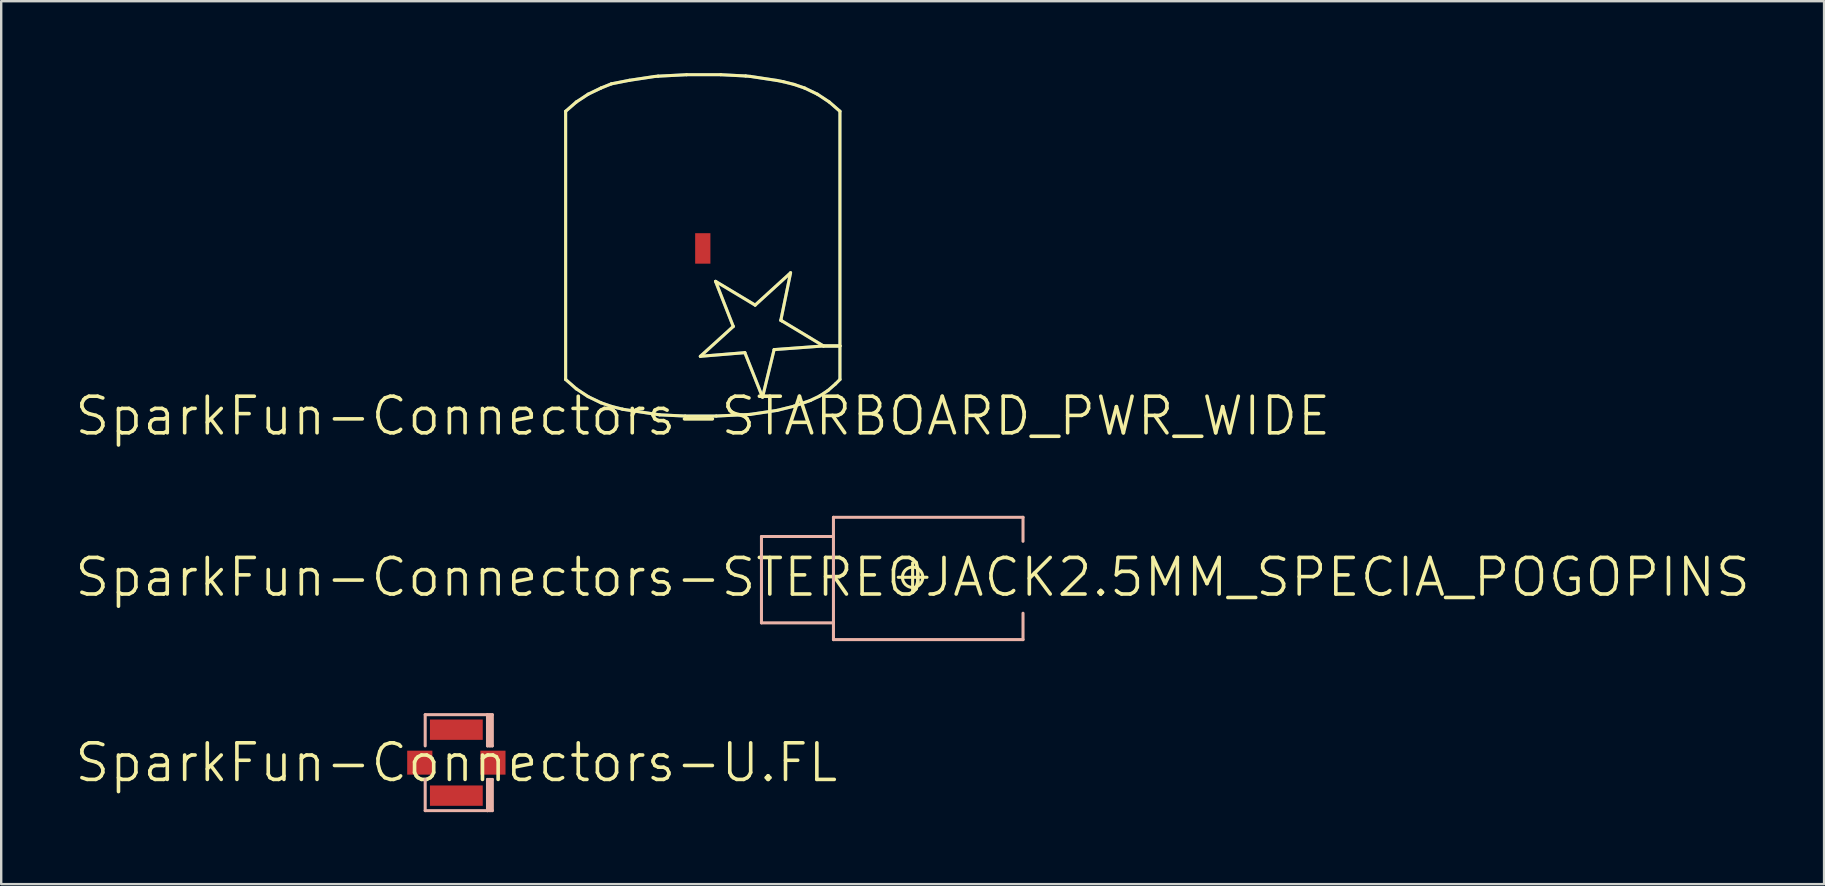
<source format=kicad_pcb>
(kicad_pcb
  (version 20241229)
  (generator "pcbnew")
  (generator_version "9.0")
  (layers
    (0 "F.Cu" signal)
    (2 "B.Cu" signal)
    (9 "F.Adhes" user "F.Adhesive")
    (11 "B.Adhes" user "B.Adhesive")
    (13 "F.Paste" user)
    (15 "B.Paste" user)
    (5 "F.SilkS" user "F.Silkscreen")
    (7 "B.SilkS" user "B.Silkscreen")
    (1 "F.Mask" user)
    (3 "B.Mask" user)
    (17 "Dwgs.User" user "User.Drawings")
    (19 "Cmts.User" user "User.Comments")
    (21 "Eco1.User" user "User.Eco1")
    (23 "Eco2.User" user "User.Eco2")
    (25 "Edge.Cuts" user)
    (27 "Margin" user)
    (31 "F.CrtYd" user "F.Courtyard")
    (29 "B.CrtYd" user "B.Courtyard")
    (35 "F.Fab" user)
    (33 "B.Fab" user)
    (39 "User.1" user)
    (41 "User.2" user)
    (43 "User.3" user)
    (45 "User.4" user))
  (footprint "SparkFun-Connectors-STARBOARD_PWR_WIDE"
    (layer "F.Cu")
    (at 26.235 14.287)
    (property "Reference" "SparkFun-Connectors-STARBOARD_PWR_WIDE" (at 0 0 0) (layer "F.SilkS") (effects (font (size 1.524 1.524) (thickness 0.15))))
    (attr smd)
    (fp_line (start -5.715 -12.7) (end -5.271 -13.086) (stroke (width 0.127) (type solid)) (layer "B.Cu"))
    (fp_line (start -5.715 -1.524) (end -5.715 -12.7) (stroke (width 0.127) (type solid)) (layer "B.Cu"))
    (fp_line (start -5.271 -13.086) (end -4.778 -13.411) (stroke (width 0.127) (type solid)) (layer "B.Cu"))
    (fp_line (start -5.271 -1.135) (end -5.715 -1.524) (stroke (width 0.127) (type solid)) (layer "B.Cu"))
    (fp_line (start -4.778 -13.411) (end -4.244 -13.668) (stroke (width 0.127) (type solid)) (layer "B.Cu"))
    (fp_line (start -4.778 -0.81) (end -5.271 -1.135) (stroke (width 0.127) (type solid)) (layer "B.Cu"))
    (fp_line (start -4.244 -13.668) (end -3.81 -13.843) (stroke (width 0.127) (type solid)) (layer "B.Cu"))
    (fp_line (start -4.244 -0.554) (end -4.778 -0.81) (stroke (width 0.127) (type solid)) (layer "B.Cu"))
    (fp_line (start -3.81 -13.843) (end -3.063 -13.99) (stroke (width 0.127) (type solid)) (layer "B.Cu"))
    (fp_line (start -3.802 -0.401) (end -4.244 -0.554) (stroke (width 0.127) (type solid)) (layer "B.Cu"))
    (fp_line (start -3.348 -0.287) (end -3.802 -0.401) (stroke (width 0.127) (type solid)) (layer "B.Cu"))
    (fp_line (start -3.266 -0.272) (end -3.348 -0.287) (stroke (width 0.127) (type solid)) (layer "B.Cu"))
    (fp_line (start -3.063 -13.99) (end -2.004 -14.15) (stroke (width 0.127) (type solid)) (layer "B.Cu"))
    (fp_line (start -2.004 -14.15) (end -1.862 -14.163) (stroke (width 0.127) (type solid)) (layer "B.Cu"))
    (fp_line (start -1.862 -14.163) (end -0.673 -14.224) (stroke (width 0.127) (type solid)) (layer "B.Cu"))
    (fp_line (start -1.801 -0.051) (end -3.266 -0.272) (stroke (width 0.127) (type solid)) (layer "B.Cu"))
    (fp_line (start -0.734 0) (end -1.801 -0.051) (stroke (width 0.127) (type solid)) (layer "B.Cu"))
    (fp_line (start -0.673 -14.224) (end 0.749 -14.224) (stroke (width 0.127) (type solid)) (layer "B.Cu"))
    (fp_line (start -0.102 -2.489) (end 1.753 -2.642) (stroke (width 0.127) (type solid)) (layer "B.Cu"))
    (fp_line (start 0.533 -5.613) (end 1.27 -3.734) (stroke (width 0.127) (type solid)) (layer "B.Cu"))
    (fp_line (start 0.561 0) (end -0.734 0) (stroke (width 0.127) (type solid)) (layer "B.Cu"))
    (fp_line (start 0.749 -14.224) (end 1.786 -14.171) (stroke (width 0.127) (type solid)) (layer "B.Cu"))
    (fp_line (start 1.27 -3.734) (end -0.102 -2.489) (stroke (width 0.127) (type solid)) (layer "B.Cu"))
    (fp_line (start 1.753 -2.642) (end 2.489 -0.787) (stroke (width 0.127) (type solid)) (layer "B.Cu"))
    (fp_line (start 1.786 -14.171) (end 1.981 -14.153) (stroke (width 0.127) (type solid)) (layer "B.Cu"))
    (fp_line (start 1.974 -0.069) (end 0.561 0) (stroke (width 0.127) (type solid)) (layer "B.Cu"))
    (fp_line (start 1.981 -14.153) (end 3.089 -13.985) (stroke (width 0.127) (type solid)) (layer "B.Cu"))
    (fp_line (start 2.182 -4.623) (end 0.533 -5.613) (stroke (width 0.127) (type solid)) (layer "B.Cu"))
    (fp_line (start 2.489 -0.787) (end 2.972 -2.769) (stroke (width 0.127) (type solid)) (layer "B.Cu"))
    (fp_line (start 2.972 -2.769) (end 5.029 -2.921) (stroke (width 0.127) (type solid)) (layer "B.Cu"))
    (fp_line (start 3.089 -13.985) (end 3.348 -13.934) (stroke (width 0.127) (type solid)) (layer "B.Cu"))
    (fp_line (start 3.096 -0.236) (end 1.974 -0.069) (stroke (width 0.127) (type solid)) (layer "B.Cu"))
    (fp_line (start 3.251 -3.988) (end 3.658 -5.969) (stroke (width 0.127) (type solid)) (layer "B.Cu"))
    (fp_line (start 3.302 -3.962) (end 3.251 -3.988) (stroke (width 0.127) (type solid)) (layer "B.Cu"))
    (fp_line (start 3.348 -13.934) (end 3.802 -13.82) (stroke (width 0.127) (type solid)) (layer "B.Cu"))
    (fp_line (start 3.658 -5.969) (end 2.182 -4.623) (stroke (width 0.127) (type solid)) (layer "B.Cu"))
    (fp_line (start 3.8 -0.411) (end 3.096 -0.236) (stroke (width 0.127) (type solid)) (layer "B.Cu"))
    (fp_line (start 3.802 -13.82) (end 4.244 -13.668) (stroke (width 0.127) (type solid)) (layer "B.Cu"))
    (fp_line (start 4.244 -13.668) (end 4.778 -13.411) (stroke (width 0.127) (type solid)) (layer "B.Cu"))
    (fp_line (start 4.483 -0.65) (end 3.8 -0.411) (stroke (width 0.127) (type solid)) (layer "B.Cu"))
    (fp_line (start 4.778 -13.411) (end 5.271 -13.086) (stroke (width 0.127) (type solid)) (layer "B.Cu"))
    (fp_line (start 4.864 -0.833) (end 4.483 -0.65) (stroke (width 0.127) (type solid)) (layer "B.Cu"))
    (fp_line (start 5.029 -2.921) (end 3.302 -3.962) (stroke (width 0.127) (type solid)) (layer "B.Cu"))
    (fp_line (start 5.029 -2.921) (end 5.715 -2.921) (stroke (width 0.127) (type solid)) (layer "B.Cu"))
    (fp_line (start 5.215 -1.064) (end 4.864 -0.833) (stroke (width 0.127) (type solid)) (layer "B.Cu"))
    (fp_line (start 5.271 -13.086) (end 5.715 -12.7) (stroke (width 0.127) (type solid)) (layer "B.Cu"))
    (fp_line (start 5.532 -1.341) (end 5.215 -1.064) (stroke (width 0.127) (type solid)) (layer "B.Cu"))
    (fp_line (start 5.715 -12.7) (end 5.715 -2.921) (stroke (width 0.127) (type solid)) (layer "B.Cu"))
    (fp_line (start 5.715 -2.921) (end 5.029 -2.921) (stroke (width 0.127) (type solid)) (layer "B.Cu"))
    (fp_line (start 5.715 -2.921) (end 5.715 -1.524) (stroke (width 0.127) (type solid)) (layer "B.Cu"))
    (fp_line (start 5.715 -1.524) (end 5.532 -1.341) (stroke (width 0.127) (type solid)) (layer "B.Cu"))
    (fp_line (start -5.715 -12.7) (end -5.271 -13.086) (stroke (width 0.127) (type solid)) (layer "F.SilkS"))
    (fp_line (start -5.715 -1.524) (end -5.715 -12.7) (stroke (width 0.127) (type solid)) (layer "F.SilkS"))
    (fp_line (start -5.271 -13.086) (end -4.778 -13.411) (stroke (width 0.127) (type solid)) (layer "F.SilkS"))
    (fp_line (start -5.271 -1.135) (end -5.715 -1.524) (stroke (width 0.127) (type solid)) (layer "F.SilkS"))
    (fp_line (start -4.778 -13.411) (end -4.244 -13.668) (stroke (width 0.127) (type solid)) (layer "F.SilkS"))
    (fp_line (start -4.778 -0.81) (end -5.271 -1.135) (stroke (width 0.127) (type solid)) (layer "F.SilkS"))
    (fp_line (start -4.244 -13.668) (end -3.81 -13.843) (stroke (width 0.127) (type solid)) (layer "F.SilkS"))
    (fp_line (start -4.244 -0.554) (end -4.778 -0.81) (stroke (width 0.127) (type solid)) (layer "F.SilkS"))
    (fp_line (start -3.81 -13.843) (end -3.063 -13.99) (stroke (width 0.127) (type solid)) (layer "F.SilkS"))
    (fp_line (start -3.802 -0.401) (end -4.244 -0.554) (stroke (width 0.127) (type solid)) (layer "F.SilkS"))
    (fp_line (start -3.348 -0.287) (end -3.802 -0.401) (stroke (width 0.127) (type solid)) (layer "F.SilkS"))
    (fp_line (start -3.266 -0.272) (end -3.348 -0.287) (stroke (width 0.127) (type solid)) (layer "F.SilkS"))
    (fp_line (start -3.063 -13.99) (end -2.004 -14.15) (stroke (width 0.127) (type solid)) (layer "F.SilkS"))
    (fp_line (start -2.004 -14.15) (end -1.862 -14.163) (stroke (width 0.127) (type solid)) (layer "F.SilkS"))
    (fp_line (start -1.862 -14.163) (end -0.673 -14.224) (stroke (width 0.127) (type solid)) (layer "F.SilkS"))
    (fp_line (start -1.801 -0.051) (end -3.266 -0.272) (stroke (width 0.127) (type solid)) (layer "F.SilkS"))
    (fp_line (start -0.734 0) (end -1.801 -0.051) (stroke (width 0.127) (type solid)) (layer "F.SilkS"))
    (fp_line (start -0.673 -14.224) (end 0.749 -14.224) (stroke (width 0.127) (type solid)) (layer "F.SilkS"))
    (fp_line (start -0.102 -2.489) (end 1.753 -2.642) (stroke (width 0.127) (type solid)) (layer "F.SilkS"))
    (fp_line (start 0.533 -5.613) (end 1.27 -3.734) (stroke (width 0.127) (type solid)) (layer "F.SilkS"))
    (fp_line (start 0.561 0) (end -0.734 0) (stroke (width 0.127) (type solid)) (layer "F.SilkS"))
    (fp_line (start 0.749 -14.224) (end 1.786 -14.171) (stroke (width 0.127) (type solid)) (layer "F.SilkS"))
    (fp_line (start 1.27 -3.734) (end -0.102 -2.489) (stroke (width 0.127) (type solid)) (layer "F.SilkS"))
    (fp_line (start 1.753 -2.642) (end 2.489 -0.787) (stroke (width 0.127) (type solid)) (layer "F.SilkS"))
    (fp_line (start 1.786 -14.171) (end 1.981 -14.153) (stroke (width 0.127) (type solid)) (layer "F.SilkS"))
    (fp_line (start 1.974 -0.069) (end 0.561 0) (stroke (width 0.127) (type solid)) (layer "F.SilkS"))
    (fp_line (start 1.981 -14.153) (end 3.089 -13.985) (stroke (width 0.127) (type solid)) (layer "F.SilkS"))
    (fp_line (start 2.182 -4.623) (end 0.533 -5.613) (stroke (width 0.127) (type solid)) (layer "F.SilkS"))
    (fp_line (start 2.489 -0.787) (end 2.972 -2.769) (stroke (width 0.127) (type solid)) (layer "F.SilkS"))
    (fp_line (start 2.972 -2.769) (end 5.029 -2.921) (stroke (width 0.127) (type solid)) (layer "F.SilkS"))
    (fp_line (start 3.089 -13.985) (end 3.348 -13.934) (stroke (width 0.127) (type solid)) (layer "F.SilkS"))
    (fp_line (start 3.096 -0.236) (end 1.974 -0.069) (stroke (width 0.127) (type solid)) (layer "F.SilkS"))
    (fp_line (start 3.251 -3.988) (end 3.658 -5.969) (stroke (width 0.127) (type solid)) (layer "F.SilkS"))
    (fp_line (start 3.302 -3.962) (end 3.251 -3.988) (stroke (width 0.127) (type solid)) (layer "F.SilkS"))
    (fp_line (start 3.348 -13.934) (end 3.802 -13.82) (stroke (width 0.127) (type solid)) (layer "F.SilkS"))
    (fp_line (start 3.658 -5.969) (end 2.182 -4.623) (stroke (width 0.127) (type solid)) (layer "F.SilkS"))
    (fp_line (start 3.8 -0.411) (end 3.096 -0.236) (stroke (width 0.127) (type solid)) (layer "F.SilkS"))
    (fp_line (start 3.802 -13.82) (end 4.244 -13.668) (stroke (width 0.127) (type solid)) (layer "F.SilkS"))
    (fp_line (start 4.244 -13.668) (end 4.778 -13.411) (stroke (width 0.127) (type solid)) (layer "F.SilkS"))
    (fp_line (start 4.483 -0.65) (end 3.8 -0.411) (stroke (width 0.127) (type solid)) (layer "F.SilkS"))
    (fp_line (start 4.778 -13.411) (end 5.271 -13.086) (stroke (width 0.127) (type solid)) (layer "F.SilkS"))
    (fp_line (start 4.864 -0.833) (end 4.483 -0.65) (stroke (width 0.127) (type solid)) (layer "F.SilkS"))
    (fp_line (start 5.029 -2.921) (end 3.302 -3.962) (stroke (width 0.127) (type solid)) (layer "F.SilkS"))
    (fp_line (start 5.029 -2.921) (end 5.715 -2.921) (stroke (width 0.127) (type solid)) (layer "F.SilkS"))
    (fp_line (start 5.215 -1.064) (end 4.864 -0.833) (stroke (width 0.127) (type solid)) (layer "F.SilkS"))
    (fp_line (start 5.271 -13.086) (end 5.715 -12.7) (stroke (width 0.127) (type solid)) (layer "F.SilkS"))
    (fp_line (start 5.532 -1.341) (end 5.215 -1.064) (stroke (width 0.127) (type solid)) (layer "F.SilkS"))
    (fp_line (start 5.715 -12.7) (end 5.715 -2.921) (stroke (width 0.127) (type solid)) (layer "F.SilkS"))
    (fp_line (start 5.715 -2.921) (end 5.029 -2.921) (stroke (width 0.127) (type solid)) (layer "F.SilkS"))
    (fp_line (start 5.715 -2.921) (end 5.715 -1.524) (stroke (width 0.127) (type solid)) (layer "F.SilkS"))
    (fp_line (start 5.715 -1.524) (end 5.532 -1.341) (stroke (width 0.127) (type solid)) (layer "F.SilkS"))
    (pad "GROU" smd rect (at 0 -6.985 90) (size 1.27 0.635) (layers "F.Cu" "F.Mask" "F.Paste")))
  (footprint "SparkFun-Connectors-U.FL"
    (layer "F.Cu")
    (at 15.966 28.73)
    (property "Reference" "SparkFun-Connectors-U.FL" (at 0 0 0) (layer "F.SilkS") (effects (font (size 1.524 1.524) (thickness 0.15))))
    (attr smd)
    (fp_line (start -1.298 -0.699) (end -1.298 -1.999) (stroke (width 0.127) (type solid)) (layer "B.SilkS"))
    (fp_line (start -1.298 1.999) (end -1.298 0.699) (stroke (width 0.127) (type solid)) (layer "B.SilkS"))
    (fp_line (start -1.298 1.999) (end 1.298 1.999) (stroke (width 0.127) (type solid)) (layer "B.SilkS"))
    (fp_line (start 1.298 -1.999) (end -1.298 -1.999) (stroke (width 0.127) (type solid)) (layer "B.SilkS"))
    (fp_line (start 1.298 -0.699) (end 1.298 -1.999) (stroke (width 0.127) (type solid)) (layer "B.SilkS"))
    (fp_line (start 1.298 1.999) (end 1.298 0.699) (stroke (width 0.127) (type solid)) (layer "B.SilkS"))
    (fp_line (start 1.4 -0.699) (end 1.4 -1.999) (stroke (width 0.127) (type solid)) (layer "B.SilkS"))
    (fp_line (start 1.4 1.999) (end 1.4 0.699) (stroke (width 0.127) (type solid)) (layer "B.SilkS"))
    (fp_line (start 1.499 -1.999) (end 1.298 -1.999) (stroke (width 0.127) (type solid)) (layer "B.SilkS"))
    (fp_line (start 1.499 -0.699) (end 1.298 -0.699) (stroke (width 0.127) (type solid)) (layer "B.SilkS"))
    (fp_line (start 1.499 -0.699) (end 1.499 -1.999) (stroke (width 0.127) (type solid)) (layer "B.SilkS"))
    (fp_line (start 1.499 0.699) (end 1.298 0.699) (stroke (width 0.127) (type solid)) (layer "B.SilkS"))
    (fp_line (start 1.499 1.999) (end 1.298 1.999) (stroke (width 0.127) (type solid)) (layer "B.SilkS"))
    (fp_line (start 1.499 1.999) (end 1.499 0.699) (stroke (width 0.127) (type solid)) (layer "B.SilkS"))
    (pad "P$1" smd rect (at 0 -1.374) (size 2.2 0.848) (layers "F.Cu" "F.Mask" "F.Paste"))
    (pad "P$2" smd rect (at 0 1.374) (size 2.2 0.848) (layers "F.Cu" "F.Mask" "F.Paste"))
    (pad "P$3" smd rect (at 1.524 0) (size 1.049 0.998) (layers "F.Cu" "F.Mask" "F.Paste"))
    (pad "P$4" smd rect (at -1.524 0) (size 1.049 0.998) (layers "F.Cu" "F.Mask" "F.Paste")))
  (footprint "SparkFun-Connectors-STEREOJACK2.5MM_SPECIA_POGOPINS"
    (layer "F.Cu")
    (at 34.979 21.005)
    (property "Reference" "SparkFun-Connectors-STEREOJACK2.5MM_SPECIA_POGOPINS" (at 0 0 0) (layer "F.SilkS") (effects (font (size 1.524 1.524) (thickness 0.15))))
    (attr exclude_from_pos_files exclude_from_bom)
    (fp_line (start -0.599 0) (end 0.599 0) (stroke (width 0.127) (type solid)) (layer "F.SilkS"))
    (fp_line (start 0 0.599) (end 0 -0.599) (stroke (width 0.127) (type solid)) (layer "F.SilkS"))
    (fp_circle (center 0 0) (end -0.3 0.3) (stroke (width 0.127) (type solid)) (fill no) (layer "F.SilkS"))
    (fp_line (start -6.299 -1.699) (end -6.299 1.9) (stroke (width 0.127) (type solid)) (layer "B.SilkS"))
    (fp_line (start -6.299 1.9) (end -3.299 1.9) (stroke (width 0.127) (type solid)) (layer "B.SilkS"))
    (fp_line (start -3.299 -2.499) (end -3.299 -1.699) (stroke (width 0.127) (type solid)) (layer "B.SilkS"))
    (fp_line (start -3.299 -1.699) (end -6.299 -1.699) (stroke (width 0.127) (type solid)) (layer "B.SilkS"))
    (fp_line (start -3.299 -1.699) (end -3.299 1.9) (stroke (width 0.127) (type solid)) (layer "B.SilkS"))
    (fp_line (start -3.299 1.9) (end -3.299 2.598) (stroke (width 0.127) (type solid)) (layer "B.SilkS"))
    (fp_line (start -3.299 2.598) (end 4.6 2.598) (stroke (width 0.127) (type solid)) (layer "B.SilkS"))
    (fp_line (start 4.6 -2.499) (end -3.299 -2.499) (stroke (width 0.127) (type solid)) (layer "B.SilkS"))
    (fp_line (start 4.6 -1.499) (end 4.6 -2.499) (stroke (width 0.127) (type solid)) (layer "B.SilkS"))
    (fp_line (start 4.6 2.598) (end 4.6 1.499) (stroke (width 0.127) (type solid)) (layer "B.SilkS"))
    (pad "RING" thru_hole rect (at 2.499 -1.849) (size 0.001 0.001) (drill 1.118) (layers "*.Cu" "F.Mask" "F.SilkS" "F.Paste"))
    (pad "RING" thru_hole rect (at 2.499 1.849) (size 0.001 0.001) (drill 1.118) (layers "*.Cu" "F.Mask" "F.SilkS" "F.Paste"))
    (pad "SHIE" thru_hole rect (at -2.398 0) (size 0.001 0.001) (drill 1.118) (layers "*.Cu" "F.Mask" "F.SilkS" "F.Paste"))
    (pad "TIP" thru_hole rect (at 4.498 0) (size 0.001 0.001) (drill 1.118) (layers "*.Cu" "F.Mask" "F.SilkS" "F.Paste")))
  (gr_rect
    (start -3 -3)
    (end 72.959 33.792)
    (stroke (width 0.1) (type default))
    (fill no)
    (layer "Edge.Cuts")))
</source>
